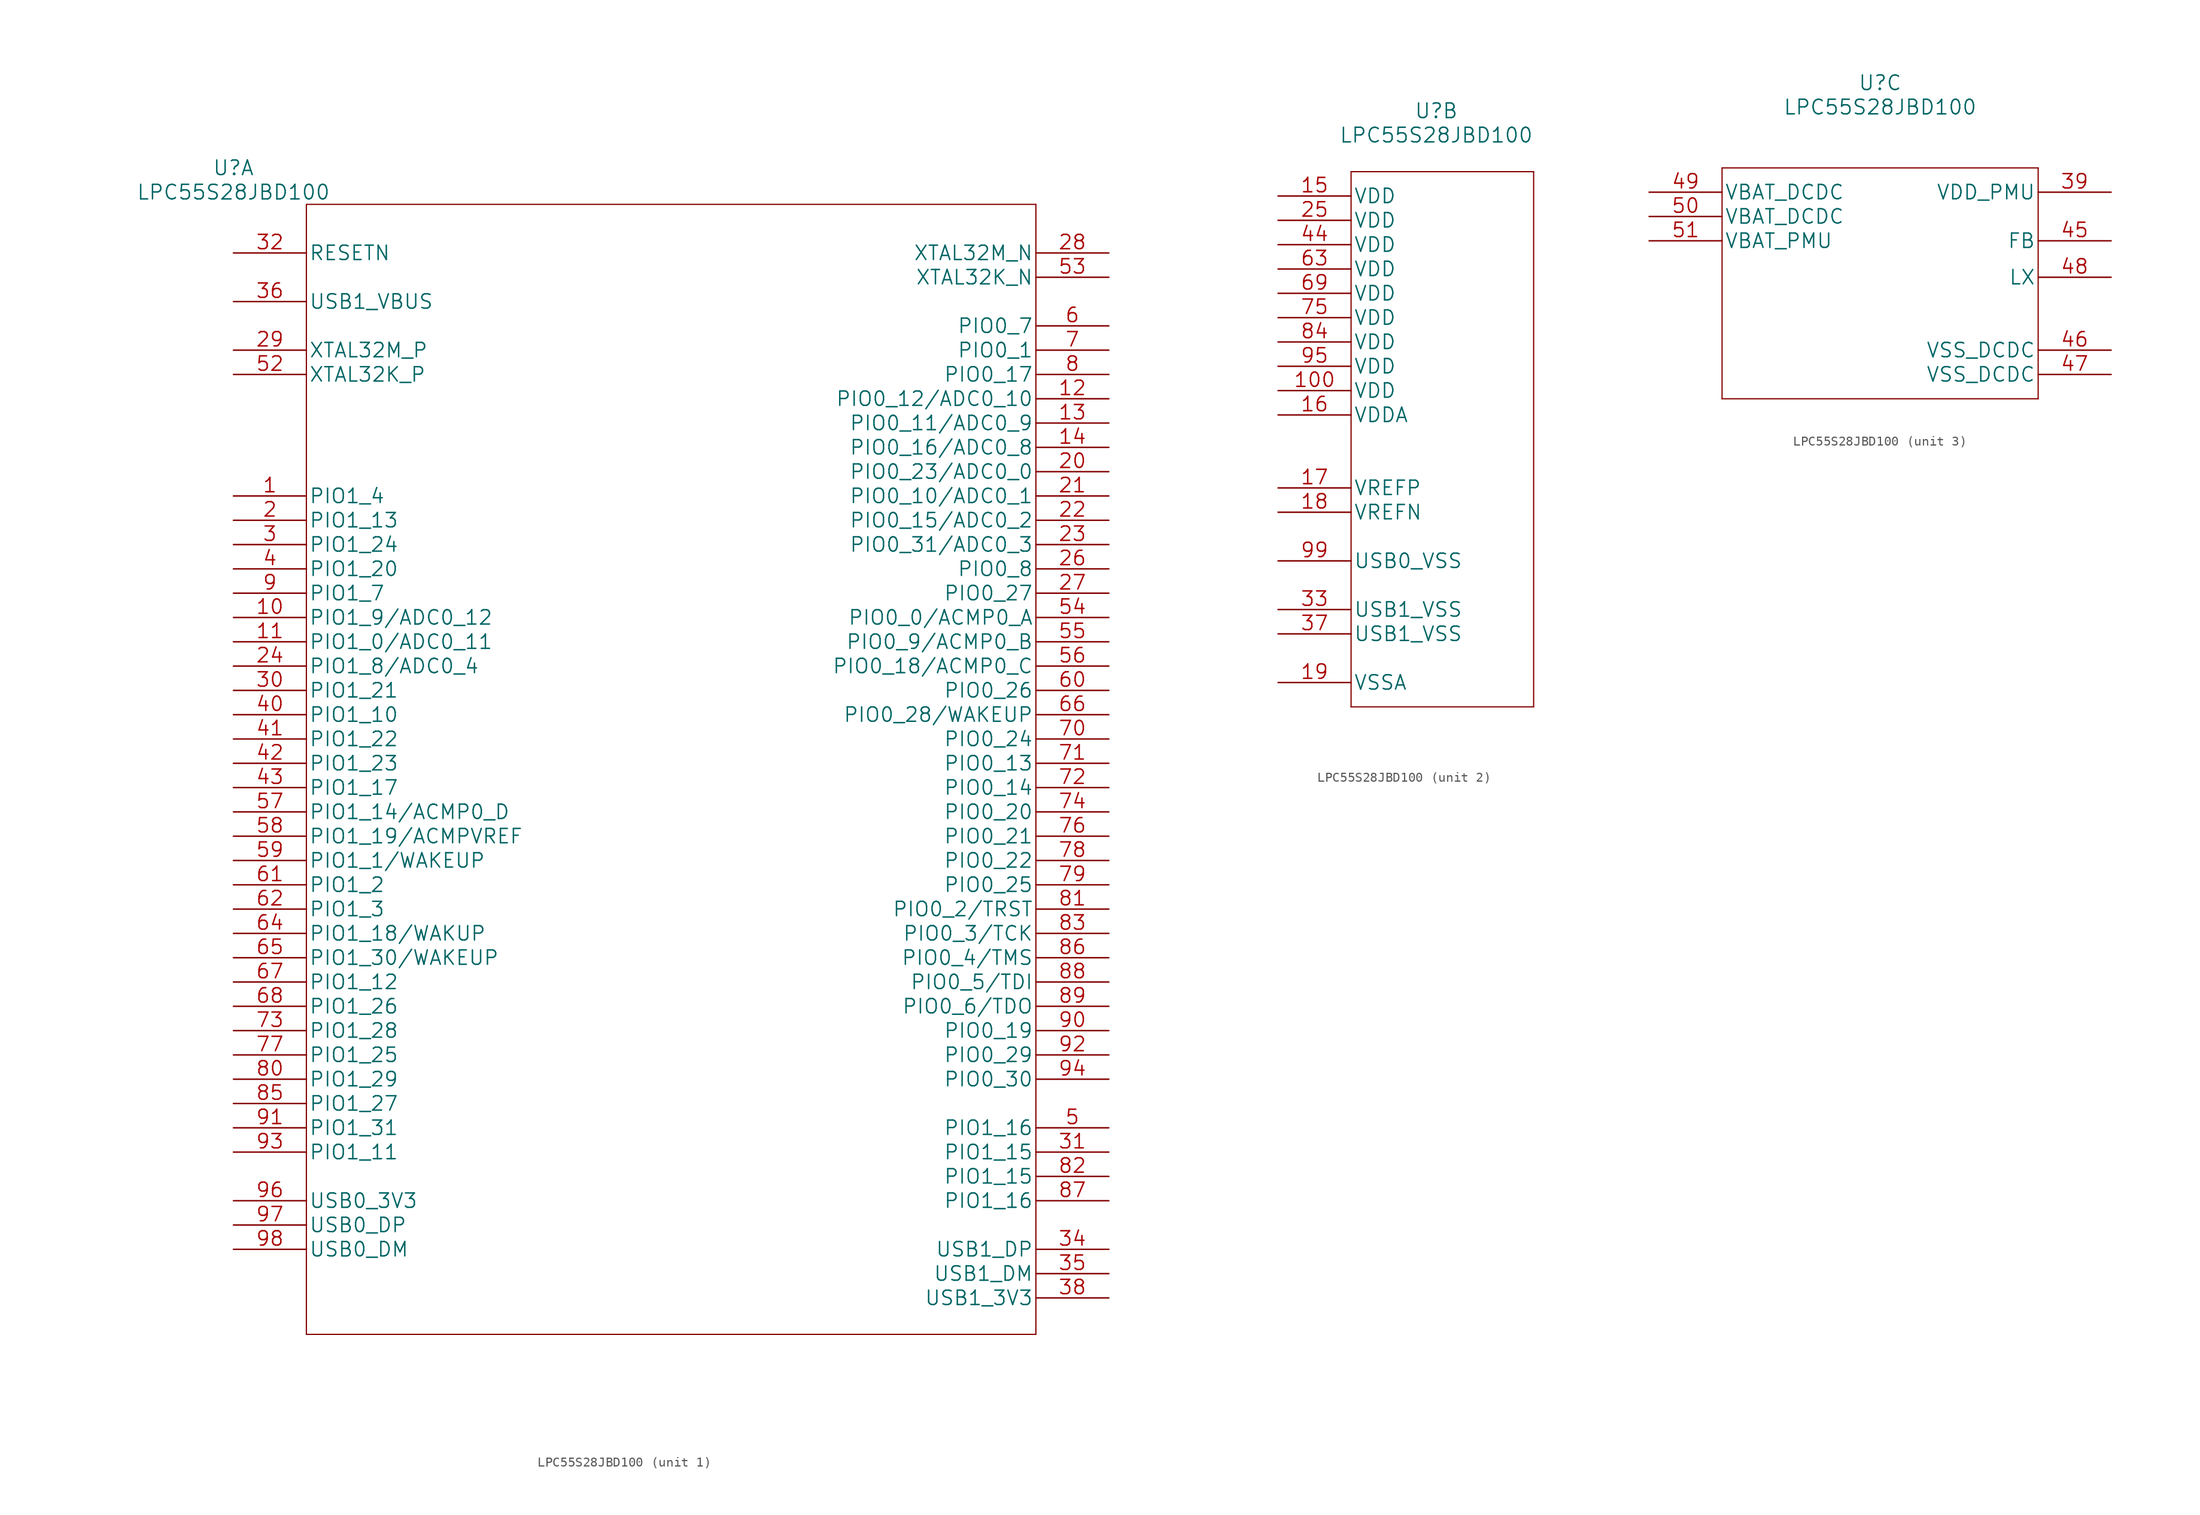
<source format=kicad_sym>
(kicad_symbol_lib
  (version 20211014)
  (generator kicad_symbol_editor)
  (symbol "LPC55S28JBD100"
    (pin_names
      (offset 0.254))
    (property "Reference" "U"
      (at 16.51 8.89 0)
      (effects (font (size 1.524 1.524))))
    (property "Value" "LPC55S28JBD100"
      (at 16.51 6.35 0)
      (effects (font (size 1.524 1.524))))
    (property "Datasheet" ""
      (at 24.13 5.08 0)
      (effects (font (size 1.524 1.524))))
    (symbol "LPC55S28JBD100_1_1"
      (polyline (pts (xy 24.13 -113.03) (xy 100.33 -113.03)) (stroke (width 0.127) (type default) (color 0 0 0 0)) (fill (type none)))
      (polyline (pts (xy 24.13 5.08) (xy 24.13 -113.03)) (stroke (width 0.127) (type default) (color 0 0 0 0)) (fill (type none)))
      (polyline (pts (xy 100.33 -113.03) (xy 100.33 5.08)) (stroke (width 0.127) (type default) (color 0 0 0 0)) (fill (type none)))
      (polyline (pts (xy 100.33 5.08) (xy 24.13 5.08)) (stroke (width 0.127) (type default) (color 0 0 0 0)) (fill (type none)))
      (pin bidirectional line (at 16.51 -25.4 0) (length 7.62) (name "PIO1_4" (effects (font (size 1.499 1.499)))) (number "1" (effects (font (size 1.499 1.499)))))
      (pin bidirectional line (at 16.51 -38.1 0) (length 7.62) (name "PIO1_9/ADC0_12" (effects (font (size 1.499 1.499)))) (number "10" (effects (font (size 1.499 1.499)))))
      (pin bidirectional line (at 16.51 -40.64 0) (length 7.62) (name "PIO1_0/ADC0_11" (effects (font (size 1.499 1.499)))) (number "11" (effects (font (size 1.499 1.499)))))
      (pin bidirectional line (at 107.95 -15.24 180) (length 7.62) (name "PIO0_12/ADC0_10" (effects (font (size 1.499 1.499)))) (number "12" (effects (font (size 1.499 1.499)))))
      (pin bidirectional line (at 107.95 -17.78 180) (length 7.62) (name "PIO0_11/ADC0_9" (effects (font (size 1.499 1.499)))) (number "13" (effects (font (size 1.499 1.499)))))
      (pin bidirectional line (at 107.95 -20.32 180) (length 7.62) (name "PIO0_16/ADC0_8" (effects (font (size 1.499 1.499)))) (number "14" (effects (font (size 1.499 1.499)))))
      (pin bidirectional line (at 16.51 -27.94 0) (length 7.62) (name "PIO1_13" (effects (font (size 1.499 1.499)))) (number "2" (effects (font (size 1.499 1.499)))))
      (pin bidirectional line (at 107.95 -22.86 180) (length 7.62) (name "PIO0_23/ADC0_0" (effects (font (size 1.499 1.499)))) (number "20" (effects (font (size 1.499 1.499)))))
      (pin bidirectional line (at 107.95 -25.4 180) (length 7.62) (name "PIO0_10/ADC0_1" (effects (font (size 1.499 1.499)))) (number "21" (effects (font (size 1.499 1.499)))))
      (pin bidirectional line (at 107.95 -27.94 180) (length 7.62) (name "PIO0_15/ADC0_2" (effects (font (size 1.499 1.499)))) (number "22" (effects (font (size 1.499 1.499)))))
      (pin bidirectional line (at 107.95 -30.48 180) (length 7.62) (name "PIO0_31/ADC0_3" (effects (font (size 1.499 1.499)))) (number "23" (effects (font (size 1.499 1.499)))))
      (pin bidirectional line (at 16.51 -43.18 0) (length 7.62) (name "PIO1_8/ADC0_4" (effects (font (size 1.499 1.499)))) (number "24" (effects (font (size 1.499 1.499)))))
      (pin bidirectional line (at 107.95 -33.02 180) (length 7.62) (name "PIO0_8" (effects (font (size 1.499 1.499)))) (number "26" (effects (font (size 1.499 1.499)))))
      (pin bidirectional line (at 107.95 -35.56 180) (length 7.62) (name "PIO0_27" (effects (font (size 1.499 1.499)))) (number "27" (effects (font (size 1.499 1.499)))))
      (pin output line (at 107.95 0 180) (length 7.62) (name "XTAL32M_N" (effects (font (size 1.499 1.499)))) (number "28" (effects (font (size 1.499 1.499)))))
      (pin input line (at 16.51 -10.16 0) (length 7.62) (name "XTAL32M_P" (effects (font (size 1.499 1.499)))) (number "29" (effects (font (size 1.499 1.499)))))
      (pin bidirectional line (at 16.51 -30.48 0) (length 7.62) (name "PIO1_24" (effects (font (size 1.499 1.499)))) (number "3" (effects (font (size 1.499 1.499)))))
      (pin bidirectional line (at 16.51 -45.72 0) (length 7.62) (name "PIO1_21" (effects (font (size 1.499 1.499)))) (number "30" (effects (font (size 1.499 1.499)))))
      (pin bidirectional line (at 107.95 -93.98 180) (length 7.62) (name "PIO1_15" (effects (font (size 1.499 1.499)))) (number "31" (effects (font (size 1.499 1.499)))))
      (pin input line (at 16.51 0 0) (length 7.62) (name "RESETN" (effects (font (size 1.499 1.499)))) (number "32" (effects (font (size 1.499 1.499)))))
      (pin bidirectional line (at 107.95 -104.14 180) (length 7.62) (name "USB1_DP" (effects (font (size 1.499 1.499)))) (number "34" (effects (font (size 1.499 1.499)))))
      (pin bidirectional line (at 107.95 -106.68 180) (length 7.62) (name "USB1_DM" (effects (font (size 1.499 1.499)))) (number "35" (effects (font (size 1.499 1.499)))))
      (pin input line (at 16.51 -5.08 0) (length 7.62) (name "USB1_VBUS" (effects (font (size 1.499 1.499)))) (number "36" (effects (font (size 1.499 1.499)))))
      (pin unspecified line (at 107.95 -109.22 180) (length 7.62) (name "USB1_3V3" (effects (font (size 1.499 1.499)))) (number "38" (effects (font (size 1.499 1.499)))))
      (pin bidirectional line (at 16.51 -33.02 0) (length 7.62) (name "PIO1_20" (effects (font (size 1.499 1.499)))) (number "4" (effects (font (size 1.499 1.499)))))
      (pin bidirectional line (at 16.51 -48.26 0) (length 7.62) (name "PIO1_10" (effects (font (size 1.499 1.499)))) (number "40" (effects (font (size 1.499 1.499)))))
      (pin bidirectional line (at 16.51 -50.8 0) (length 7.62) (name "PIO1_22" (effects (font (size 1.499 1.499)))) (number "41" (effects (font (size 1.499 1.499)))))
      (pin bidirectional line (at 16.51 -53.34 0) (length 7.62) (name "PIO1_23" (effects (font (size 1.499 1.499)))) (number "42" (effects (font (size 1.499 1.499)))))
      (pin bidirectional line (at 16.51 -55.88 0) (length 7.62) (name "PIO1_17" (effects (font (size 1.499 1.499)))) (number "43" (effects (font (size 1.499 1.499)))))
      (pin bidirectional line (at 107.95 -91.44 180) (length 7.62) (name "PIO1_16" (effects (font (size 1.499 1.499)))) (number "5" (effects (font (size 1.499 1.499)))))
      (pin input line (at 16.51 -12.7 0) (length 7.62) (name "XTAL32K_P" (effects (font (size 1.499 1.499)))) (number "52" (effects (font (size 1.499 1.499)))))
      (pin output line (at 107.95 -2.54 180) (length 7.62) (name "XTAL32K_N" (effects (font (size 1.499 1.499)))) (number "53" (effects (font (size 1.499 1.499)))))
      (pin bidirectional line (at 107.95 -38.1 180) (length 7.62) (name "PIO0_0/ACMP0_A" (effects (font (size 1.499 1.499)))) (number "54" (effects (font (size 1.499 1.499)))))
      (pin bidirectional line (at 107.95 -40.64 180) (length 7.62) (name "PIO0_9/ACMP0_B" (effects (font (size 1.499 1.499)))) (number "55" (effects (font (size 1.499 1.499)))))
      (pin bidirectional line (at 107.95 -43.18 180) (length 7.62) (name "PIO0_18/ACMP0_C" (effects (font (size 1.499 1.499)))) (number "56" (effects (font (size 1.499 1.499)))))
      (pin bidirectional line (at 16.51 -58.42 0) (length 7.62) (name "PIO1_14/ACMP0_D" (effects (font (size 1.499 1.499)))) (number "57" (effects (font (size 1.499 1.499)))))
      (pin bidirectional line (at 16.51 -60.96 0) (length 7.62) (name "PIO1_19/ACMPVREF" (effects (font (size 1.499 1.499)))) (number "58" (effects (font (size 1.499 1.499)))))
      (pin bidirectional line (at 16.51 -63.5 0) (length 7.62) (name "PIO1_1/WAKEUP" (effects (font (size 1.499 1.499)))) (number "59" (effects (font (size 1.499 1.499)))))
      (pin bidirectional line (at 107.95 -7.62 180) (length 7.62) (name "PIO0_7" (effects (font (size 1.499 1.499)))) (number "6" (effects (font (size 1.499 1.499)))))
      (pin bidirectional line (at 107.95 -45.72 180) (length 7.62) (name "PIO0_26" (effects (font (size 1.499 1.499)))) (number "60" (effects (font (size 1.499 1.499)))))
      (pin bidirectional line (at 16.51 -66.04 0) (length 7.62) (name "PIO1_2" (effects (font (size 1.499 1.499)))) (number "61" (effects (font (size 1.499 1.499)))))
      (pin bidirectional line (at 16.51 -68.58 0) (length 7.62) (name "PIO1_3" (effects (font (size 1.499 1.499)))) (number "62" (effects (font (size 1.499 1.499)))))
      (pin bidirectional line (at 16.51 -71.12 0) (length 7.62) (name "PIO1_18/WAKUP" (effects (font (size 1.499 1.499)))) (number "64" (effects (font (size 1.499 1.499)))))
      (pin bidirectional line (at 16.51 -73.66 0) (length 7.62) (name "PIO1_30/WAKEUP" (effects (font (size 1.499 1.499)))) (number "65" (effects (font (size 1.499 1.499)))))
      (pin bidirectional line (at 107.95 -48.26 180) (length 7.62) (name "PIO0_28/WAKEUP" (effects (font (size 1.499 1.499)))) (number "66" (effects (font (size 1.499 1.499)))))
      (pin bidirectional line (at 16.51 -76.2 0) (length 7.62) (name "PIO1_12" (effects (font (size 1.499 1.499)))) (number "67" (effects (font (size 1.499 1.499)))))
      (pin bidirectional line (at 16.51 -78.74 0) (length 7.62) (name "PIO1_26" (effects (font (size 1.499 1.499)))) (number "68" (effects (font (size 1.499 1.499)))))
      (pin bidirectional line (at 107.95 -10.16 180) (length 7.62) (name "PIO0_1" (effects (font (size 1.499 1.499)))) (number "7" (effects (font (size 1.499 1.499)))))
      (pin bidirectional line (at 107.95 -50.8 180) (length 7.62) (name "PIO0_24" (effects (font (size 1.499 1.499)))) (number "70" (effects (font (size 1.499 1.499)))))
      (pin bidirectional line (at 107.95 -53.34 180) (length 7.62) (name "PIO0_13" (effects (font (size 1.499 1.499)))) (number "71" (effects (font (size 1.499 1.499)))))
      (pin bidirectional line (at 107.95 -55.88 180) (length 7.62) (name "PIO0_14" (effects (font (size 1.499 1.499)))) (number "72" (effects (font (size 1.499 1.499)))))
      (pin bidirectional line (at 16.51 -81.28 0) (length 7.62) (name "PIO1_28" (effects (font (size 1.499 1.499)))) (number "73" (effects (font (size 1.499 1.499)))))
      (pin bidirectional line (at 107.95 -58.42 180) (length 7.62) (name "PIO0_20" (effects (font (size 1.499 1.499)))) (number "74" (effects (font (size 1.499 1.499)))))
      (pin bidirectional line (at 107.95 -60.96 180) (length 7.62) (name "PIO0_21" (effects (font (size 1.499 1.499)))) (number "76" (effects (font (size 1.499 1.499)))))
      (pin bidirectional line (at 16.51 -83.82 0) (length 7.62) (name "PIO1_25" (effects (font (size 1.499 1.499)))) (number "77" (effects (font (size 1.499 1.499)))))
      (pin bidirectional line (at 107.95 -63.5 180) (length 7.62) (name "PIO0_22" (effects (font (size 1.499 1.499)))) (number "78" (effects (font (size 1.499 1.499)))))
      (pin bidirectional line (at 107.95 -66.04 180) (length 7.62) (name "PIO0_25" (effects (font (size 1.499 1.499)))) (number "79" (effects (font (size 1.499 1.499)))))
      (pin bidirectional line (at 107.95 -12.7 180) (length 7.62) (name "PIO0_17" (effects (font (size 1.499 1.499)))) (number "8" (effects (font (size 1.499 1.499)))))
      (pin bidirectional line (at 16.51 -86.36 0) (length 7.62) (name "PIO1_29" (effects (font (size 1.499 1.499)))) (number "80" (effects (font (size 1.499 1.499)))))
      (pin bidirectional line (at 107.95 -68.58 180) (length 7.62) (name "PIO0_2/TRST" (effects (font (size 1.499 1.499)))) (number "81" (effects (font (size 1.499 1.499)))))
      (pin bidirectional line (at 107.95 -96.52 180) (length 7.62) (name "PIO1_15" (effects (font (size 1.499 1.499)))) (number "82" (effects (font (size 1.499 1.499)))))
      (pin bidirectional line (at 107.95 -71.12 180) (length 7.62) (name "PIO0_3/TCK" (effects (font (size 1.499 1.499)))) (number "83" (effects (font (size 1.499 1.499)))))
      (pin bidirectional line (at 16.51 -88.9 0) (length 7.62) (name "PIO1_27" (effects (font (size 1.499 1.499)))) (number "85" (effects (font (size 1.499 1.499)))))
      (pin bidirectional line (at 107.95 -73.66 180) (length 7.62) (name "PIO0_4/TMS" (effects (font (size 1.499 1.499)))) (number "86" (effects (font (size 1.499 1.499)))))
      (pin bidirectional line (at 107.95 -99.06 180) (length 7.62) (name "PIO1_16" (effects (font (size 1.499 1.499)))) (number "87" (effects (font (size 1.499 1.499)))))
      (pin bidirectional line (at 107.95 -76.2 180) (length 7.62) (name "PIO0_5/TDI" (effects (font (size 1.499 1.499)))) (number "88" (effects (font (size 1.499 1.499)))))
      (pin bidirectional line (at 107.95 -78.74 180) (length 7.62) (name "PIO0_6/TDO" (effects (font (size 1.499 1.499)))) (number "89" (effects (font (size 1.499 1.499)))))
      (pin bidirectional line (at 16.51 -35.56 0) (length 7.62) (name "PIO1_7" (effects (font (size 1.499 1.499)))) (number "9" (effects (font (size 1.499 1.499)))))
      (pin bidirectional line (at 107.95 -81.28 180) (length 7.62) (name "PIO0_19" (effects (font (size 1.499 1.499)))) (number "90" (effects (font (size 1.499 1.499)))))
      (pin bidirectional line (at 16.51 -91.44 0) (length 7.62) (name "PIO1_31" (effects (font (size 1.499 1.499)))) (number "91" (effects (font (size 1.499 1.499)))))
      (pin bidirectional line (at 107.95 -83.82 180) (length 7.62) (name "PIO0_29" (effects (font (size 1.499 1.499)))) (number "92" (effects (font (size 1.499 1.499)))))
      (pin bidirectional line (at 16.51 -93.98 0) (length 7.62) (name "PIO1_11" (effects (font (size 1.499 1.499)))) (number "93" (effects (font (size 1.499 1.499)))))
      (pin bidirectional line (at 107.95 -86.36 180) (length 7.62) (name "PIO0_30" (effects (font (size 1.499 1.499)))) (number "94" (effects (font (size 1.499 1.499)))))
      (pin unspecified line (at 16.51 -99.06 0) (length 7.62) (name "USB0_3V3" (effects (font (size 1.499 1.499)))) (number "96" (effects (font (size 1.499 1.499)))))
      (pin bidirectional line (at 16.51 -101.6 0) (length 7.62) (name "USB0_DP" (effects (font (size 1.499 1.499)))) (number "97" (effects (font (size 1.499 1.499)))))
      (pin bidirectional line (at 16.51 -104.14 0) (length 7.62) (name "USB0_DM" (effects (font (size 1.499 1.499)))) (number "98" (effects (font (size 1.499 1.499))))))
    (symbol "LPC55S28JBD100_2_1"
      (polyline (pts (xy 7.62 -53.34) (xy 26.67 -53.34)) (stroke (width 0.127) (type default) (color 0 0 0 0)) (fill (type none)))
      (polyline (pts (xy 7.62 2.54) (xy 7.62 -53.34)) (stroke (width 0.127) (type default) (color 0 0 0 0)) (fill (type none)))
      (polyline (pts (xy 26.67 -53.34) (xy 26.67 2.54)) (stroke (width 0.127) (type default) (color 0 0 0 0)) (fill (type none)))
      (polyline (pts (xy 26.67 2.54) (xy 7.62 2.54)) (stroke (width 0.127) (type default) (color 0 0 0 0)) (fill (type none)))
      (pin power_in line (at 0 -20.32 0) (length 7.62) (name "VDD" (effects (font (size 1.499 1.499)))) (number "100" (effects (font (size 1.499 1.499)))))
      (pin power_in line (at 0 0 0) (length 7.62) (name "VDD" (effects (font (size 1.499 1.499)))) (number "15" (effects (font (size 1.499 1.499)))))
      (pin power_in line (at 0 -22.86 0) (length 7.62) (name "VDDA" (effects (font (size 1.499 1.499)))) (number "16" (effects (font (size 1.499 1.499)))))
      (pin power_in line (at 0 -30.48 0) (length 7.62) (name "VREFP" (effects (font (size 1.499 1.499)))) (number "17" (effects (font (size 1.499 1.499)))))
      (pin power_in line (at 0 -33.02 0) (length 7.62) (name "VREFN" (effects (font (size 1.499 1.499)))) (number "18" (effects (font (size 1.499 1.499)))))
      (pin power_in line (at 0 -50.8 0) (length 7.62) (name "VSSA" (effects (font (size 1.499 1.499)))) (number "19" (effects (font (size 1.499 1.499)))))
      (pin power_in line (at 0 -2.54 0) (length 7.62) (name "VDD" (effects (font (size 1.499 1.499)))) (number "25" (effects (font (size 1.499 1.499)))))
      (pin unspecified line (at 0 -43.18 0) (length 7.62) (name "USB1_VSS" (effects (font (size 1.499 1.499)))) (number "33" (effects (font (size 1.499 1.499)))))
      (pin unspecified line (at 0 -45.72 0) (length 7.62) (name "USB1_VSS" (effects (font (size 1.499 1.499)))) (number "37" (effects (font (size 1.499 1.499)))))
      (pin power_in line (at 0 -5.08 0) (length 7.62) (name "VDD" (effects (font (size 1.499 1.499)))) (number "44" (effects (font (size 1.499 1.499)))))
      (pin power_in line (at 0 -7.62 0) (length 7.62) (name "VDD" (effects (font (size 1.499 1.499)))) (number "63" (effects (font (size 1.499 1.499)))))
      (pin power_in line (at 0 -10.16 0) (length 7.62) (name "VDD" (effects (font (size 1.499 1.499)))) (number "69" (effects (font (size 1.499 1.499)))))
      (pin power_in line (at 0 -12.7 0) (length 7.62) (name "VDD" (effects (font (size 1.499 1.499)))) (number "75" (effects (font (size 1.499 1.499)))))
      (pin power_in line (at 0 -15.24 0) (length 7.62) (name "VDD" (effects (font (size 1.499 1.499)))) (number "84" (effects (font (size 1.499 1.499)))))
      (pin power_in line (at 0 -17.78 0) (length 7.62) (name "VDD" (effects (font (size 1.499 1.499)))) (number "95" (effects (font (size 1.499 1.499)))))
      (pin unspecified line (at 0 -38.1 0) (length 7.62) (name "USB0_VSS" (effects (font (size 1.499 1.499)))) (number "99" (effects (font (size 1.499 1.499))))))
    (symbol "LPC55S28JBD100_3_1"
      (polyline (pts (xy 0 -24.13) (xy 33.02 -24.13)) (stroke (width 0.127) (type default) (color 0 0 0 0)) (fill (type none)))
      (polyline (pts (xy 0 0) (xy 0 -24.13)) (stroke (width 0.127) (type default) (color 0 0 0 0)) (fill (type none)))
      (polyline (pts (xy 33.02 -24.13) (xy 33.02 0)) (stroke (width 0.127) (type default) (color 0 0 0 0)) (fill (type none)))
      (polyline (pts (xy 33.02 0) (xy 0 0)) (stroke (width 0.127) (type default) (color 0 0 0 0)) (fill (type none)))
      (pin power_in line (at 40.64 -2.54 180) (length 7.62) (name "VDD_PMU" (effects (font (size 1.499 1.499)))) (number "39" (effects (font (size 1.499 1.499)))))
      (pin unspecified line (at 40.64 -7.62 180) (length 7.62) (name "FB" (effects (font (size 1.499 1.499)))) (number "45" (effects (font (size 1.499 1.499)))))
      (pin power_in line (at 40.64 -19.05 180) (length 7.62) (name "VSS_DCDC" (effects (font (size 1.499 1.499)))) (number "46" (effects (font (size 1.499 1.499)))))
      (pin power_in line (at 40.64 -21.59 180) (length 7.62) (name "VSS_DCDC" (effects (font (size 1.499 1.499)))) (number "47" (effects (font (size 1.499 1.499)))))
      (pin unspecified line (at 40.64 -11.43 180) (length 7.62) (name "LX" (effects (font (size 1.499 1.499)))) (number "48" (effects (font (size 1.499 1.499)))))
      (pin unspecified line (at -7.62 -2.54 0) (length 7.62) (name "VBAT_DCDC" (effects (font (size 1.499 1.499)))) (number "49" (effects (font (size 1.499 1.499)))))
      (pin unspecified line (at -7.62 -5.08 0) (length 7.62) (name "VBAT_DCDC" (effects (font (size 1.499 1.499)))) (number "50" (effects (font (size 1.499 1.499)))))
      (pin unspecified line (at -7.62 -7.62 0) (length 7.62) (name "VBAT_PMU" (effects (font (size 1.499 1.499)))) (number "51" (effects (font (size 1.499 1.499))))))))
</source>
